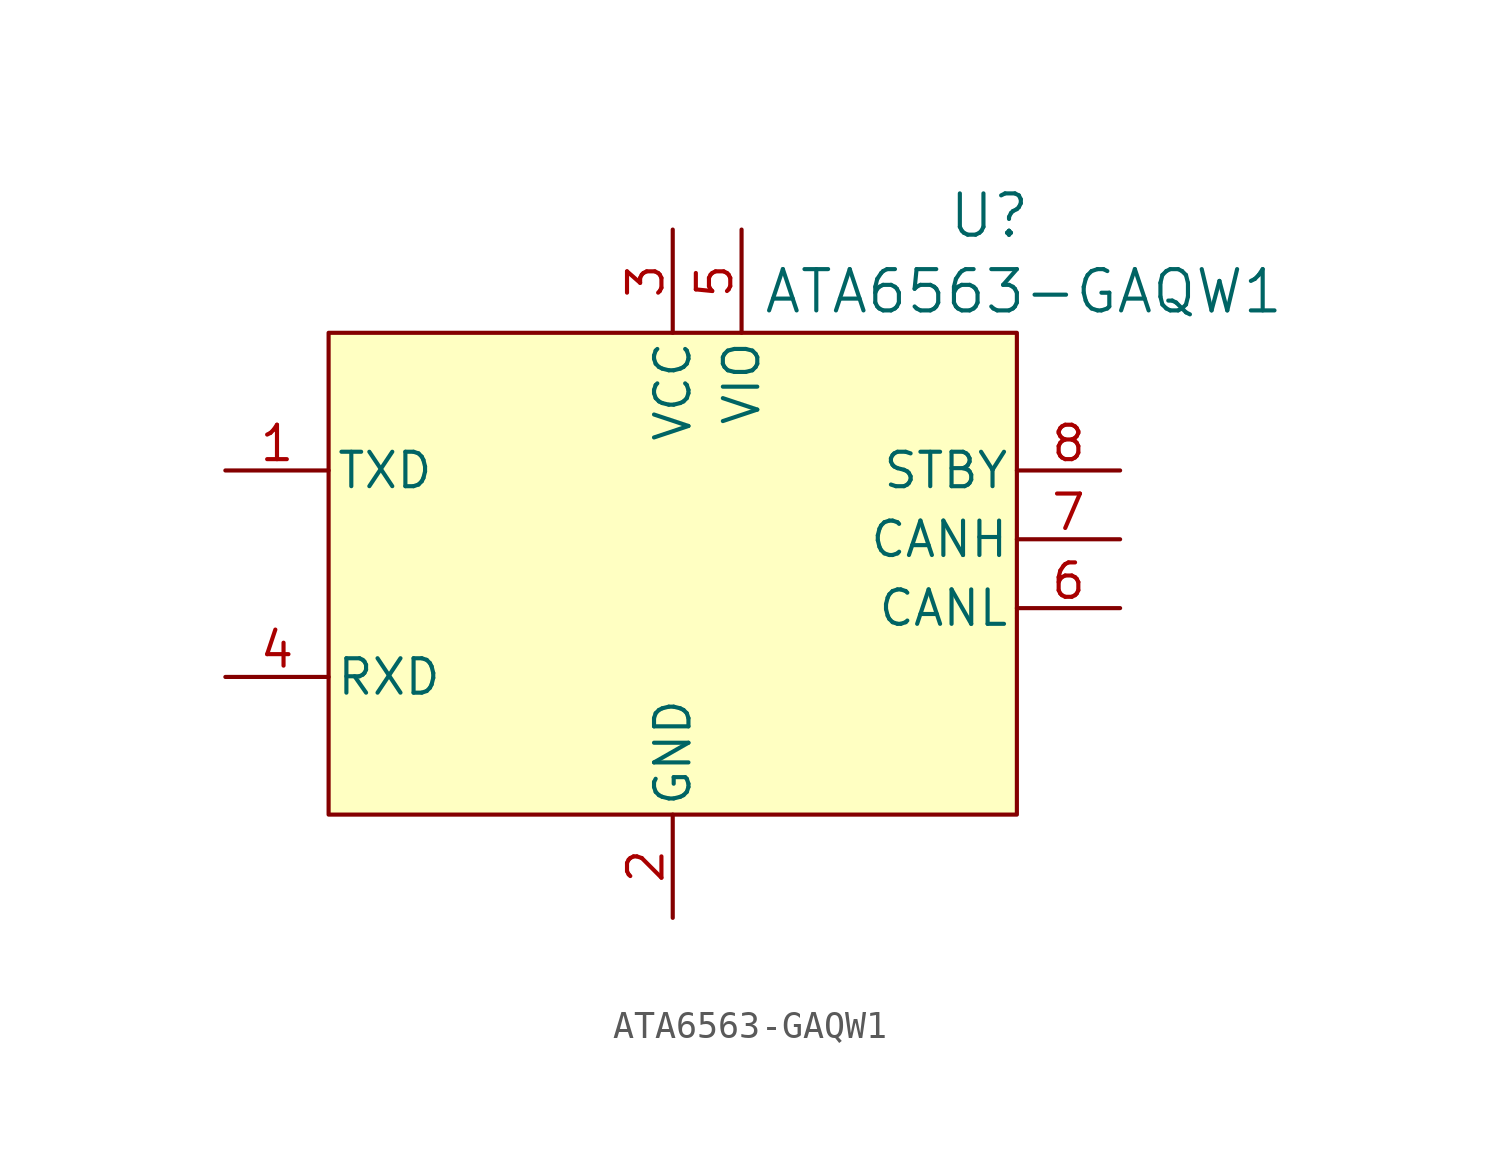
<source format=kicad_sym>
(kicad_symbol_lib
  (version 20241209)
  (generator "kicad_symbol_editor")
  (generator_version "9.0")
  (symbol "ATA6563-GAQW1"
    (pin_names
      (offset 0.254))
    (property "Reference" "U"
      (at 28.194 9.398 0)
      (effects (font (size 1.524 1.524))))
    (property "Value" "ATA6563-GAQW1"
      (at 29.464 6.604 0)
      (effects (font (size 1.524 1.524))))
    (property "ki_locked" ""
      (at 0 0 0)
      (effects (font (size 1.27 1.27))))
    (symbol "ATA6563-GAQW1_0_1"
      (pin input line (at 0 0 0) (length 3.81) (name "TXD" (effects (font (size 1.27 1.27)))) (number "1" (effects (font (size 1.27 1.27)))))
      (pin output line (at 0 -7.62 0) (length 3.81) (name "RXD" (effects (font (size 1.27 1.27)))) (number "4" (effects (font (size 1.27 1.27)))))
      (pin power_in line (at 16.51 8.89 270) (length 3.81) (name "VCC" (effects (font (size 1.27 1.27)))) (number "3" (effects (font (size 1.27 1.27)))))
      (pin power_out line (at 16.51 -16.51 90) (length 3.81) (name "GND" (effects (font (size 1.27 1.27)))) (number "2" (effects (font (size 1.27 1.27)))))
      (pin power_in line (at 19.05 8.89 270) (length 3.81) (name "VIO" (effects (font (size 1.27 1.27)))) (number "5" (effects (font (size 1.27 1.27)))))
      (pin input line (at 33.02 0 180) (length 3.81) (name "STBY" (effects (font (size 1.27 1.27)))) (number "8" (effects (font (size 1.27 1.27)))))
      (pin bidirectional line (at 33.02 -2.54 180) (length 3.81) (name "CANH" (effects (font (size 1.27 1.27)))) (number "7" (effects (font (size 1.27 1.27)))))
      (pin bidirectional line (at 33.02 -5.08 180) (length 3.81) (name "CANL" (effects (font (size 1.27 1.27)))) (number "6" (effects (font (size 1.27 1.27))))))
    (symbol "ATA6563-GAQW1_1_1"
      (rectangle (start 3.81 5.08) (end 29.21 -12.7) (stroke (width 0) (type default)) (fill (type background))))))
</source>
